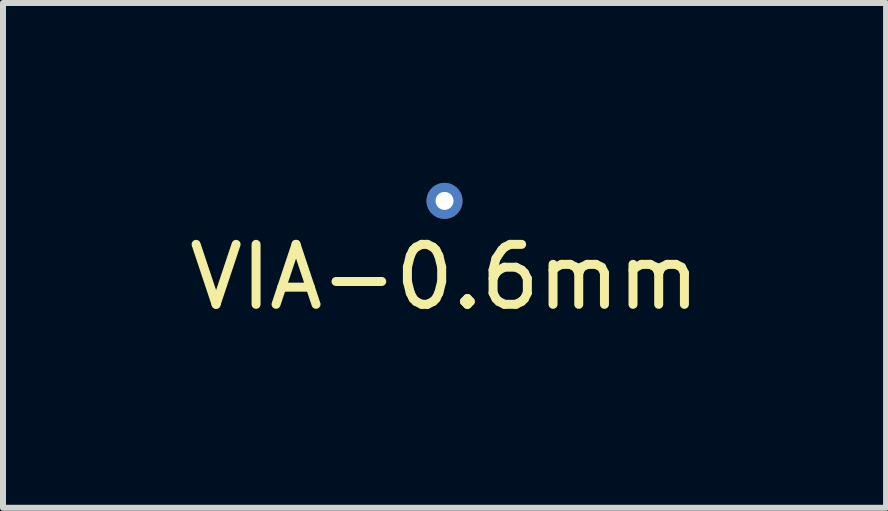
<source format=kicad_pcb>
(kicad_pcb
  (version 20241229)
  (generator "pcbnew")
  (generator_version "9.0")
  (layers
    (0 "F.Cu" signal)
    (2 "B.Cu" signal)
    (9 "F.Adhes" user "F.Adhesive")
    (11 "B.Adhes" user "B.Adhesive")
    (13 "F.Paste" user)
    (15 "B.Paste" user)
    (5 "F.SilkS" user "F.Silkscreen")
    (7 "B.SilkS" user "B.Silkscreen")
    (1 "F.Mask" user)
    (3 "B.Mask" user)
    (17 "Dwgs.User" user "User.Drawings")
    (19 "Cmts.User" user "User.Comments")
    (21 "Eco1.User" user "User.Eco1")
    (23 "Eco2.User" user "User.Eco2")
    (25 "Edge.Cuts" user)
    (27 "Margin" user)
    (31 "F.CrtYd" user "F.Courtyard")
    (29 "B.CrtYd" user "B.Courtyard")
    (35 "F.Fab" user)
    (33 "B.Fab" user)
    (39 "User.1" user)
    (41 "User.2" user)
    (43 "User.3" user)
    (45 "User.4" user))
  (footprint "VIA-0.6mm"
    (layer "F.Cu")
    (at 4.363 0.3)
    (property "Reference" "VIA-0.6mm" (at 0 1.27 0) (layer "F.SilkS") (effects (font (size 1 1) (thickness 0.15))))
    (attr through_hole)
    (pad "1" thru_hole circle (at 0 0) (size 0.6 0.6) (drill 0.3) (layers "*.Cu")))
  (gr_rect
    (start -3 -3)
    (end 11.726 5.418)
    (stroke (width 0.1) (type default))
    (fill no)
    (layer "Edge.Cuts")))
</source>
